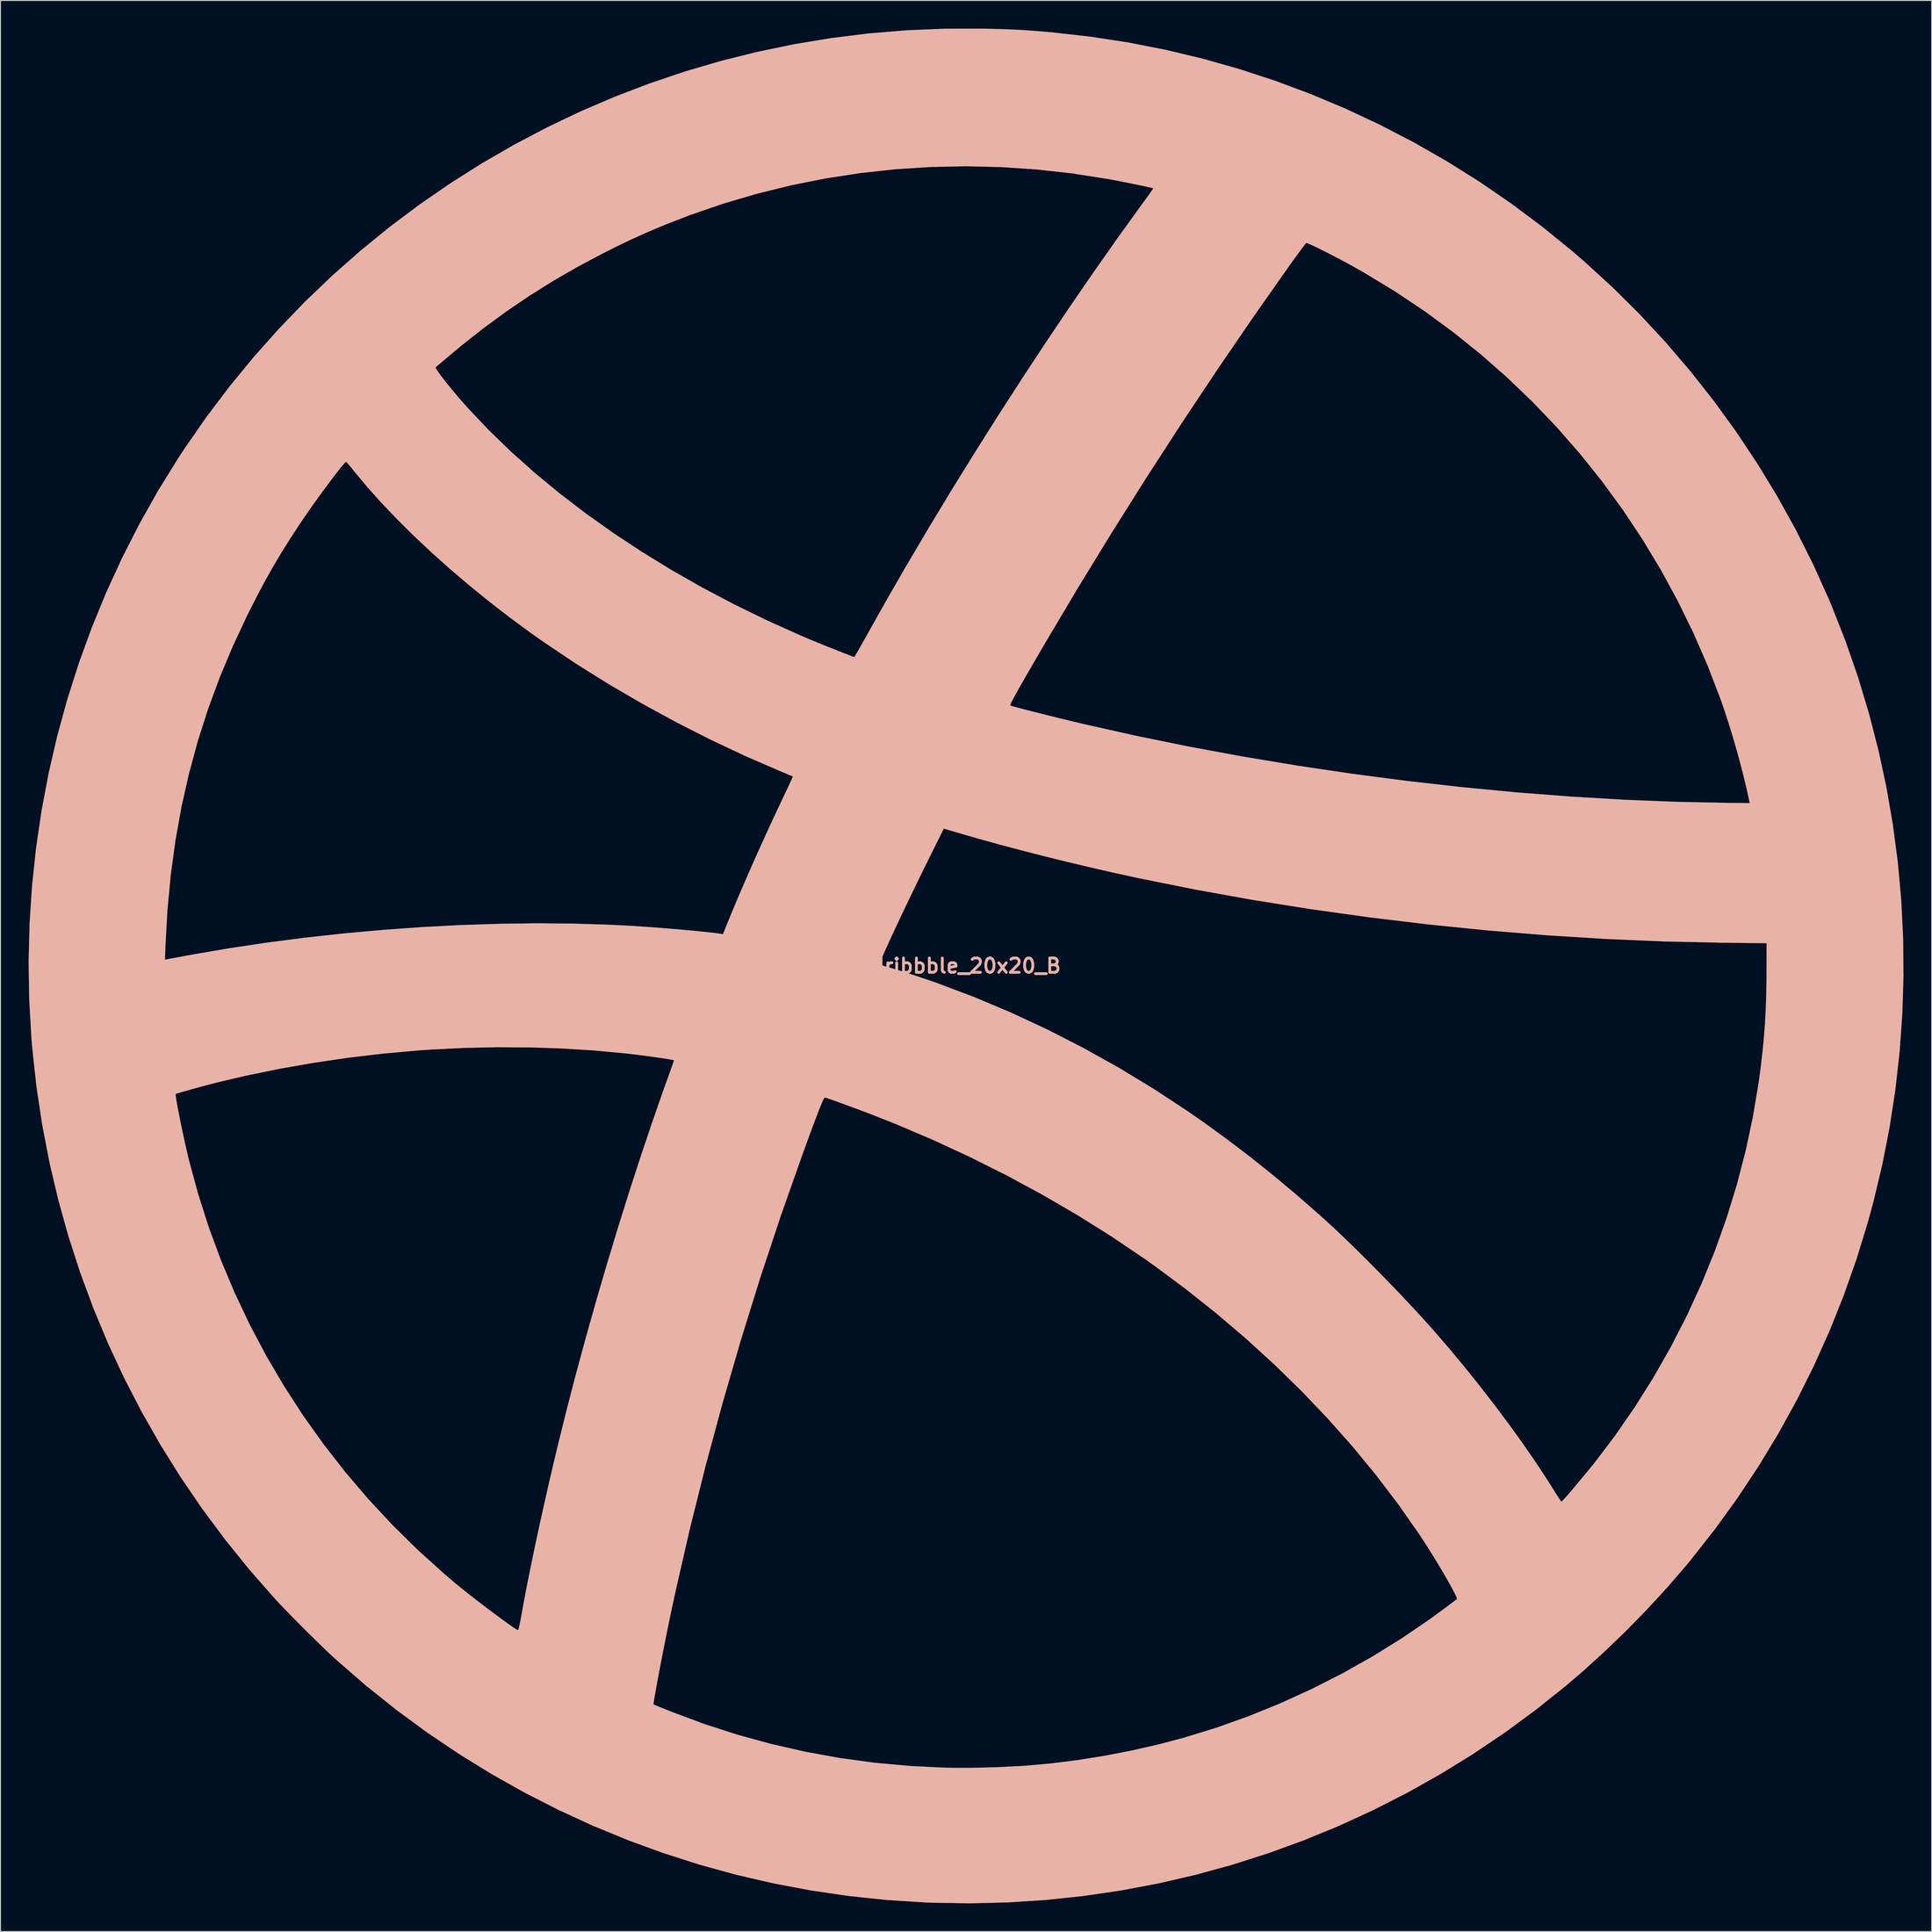
<source format=kicad_pcb>
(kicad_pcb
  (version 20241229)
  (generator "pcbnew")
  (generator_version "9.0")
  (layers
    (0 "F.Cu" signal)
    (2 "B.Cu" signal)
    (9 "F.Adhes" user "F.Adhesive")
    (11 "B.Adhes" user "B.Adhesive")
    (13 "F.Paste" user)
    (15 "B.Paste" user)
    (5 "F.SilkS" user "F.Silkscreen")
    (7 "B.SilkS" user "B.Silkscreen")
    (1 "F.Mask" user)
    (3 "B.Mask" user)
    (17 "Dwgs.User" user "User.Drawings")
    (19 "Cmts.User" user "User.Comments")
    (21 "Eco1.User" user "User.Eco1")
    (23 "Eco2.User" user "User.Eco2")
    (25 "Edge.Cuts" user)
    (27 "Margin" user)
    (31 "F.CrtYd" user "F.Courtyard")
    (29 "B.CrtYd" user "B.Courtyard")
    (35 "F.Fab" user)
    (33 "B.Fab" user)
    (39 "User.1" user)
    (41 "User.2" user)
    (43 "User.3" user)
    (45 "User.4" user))
  (footprint "dribbble_20x20_B"
    (layer "F.Cu")
    (at 99.995 99.968)
    (property "Reference" "dribbble_20x20_B" (at 0 0 0) (layer "B.SilkS") (effects (font (size 1.524 1.524) (thickness 0.3))))
    (attr through_hole)
    (fp_poly (pts (xy 2.68 -99.941) (xy 3.707 -99.914) (xy 4.645 -99.88) (xy 5.535 -99.838) (xy 6.417 -99.785) (xy 7.332 -99.719) (xy 8.319 -99.638) (xy 9.186 -99.561) (xy 13.247 -99.107) (xy 17.274 -98.488) (xy 21.264 -97.707) (xy 25.21 -96.764) (xy 29.11 -95.662) (xy 32.959 -94.402) (xy 36.752 -92.987) (xy 40.486 -91.419) (xy 44.155 -89.698) (xy 47.755 -87.828) (xy 51.283 -85.81) (xy 54.733 -83.646) (xy 58.101 -81.337) (xy 61.383 -78.887) (xy 64.575 -76.295) (xy 65.913 -75.144) (xy 68.922 -72.395) (xy 71.816 -69.524) (xy 74.59 -66.536) (xy 77.242 -63.437) (xy 79.767 -60.233) (xy 82.16 -56.929) (xy 84.419 -53.531) (xy 86.538 -50.044) (xy 88.514 -46.475) (xy 90.342 -42.828) (xy 92.019 -39.109) (xy 92.302 -38.439) (xy 93.796 -34.644) (xy 95.13 -30.799) (xy 96.302 -26.91) (xy 97.314 -22.982) (xy 98.164 -19.022) (xy 98.852 -15.033) (xy 99.379 -11.022) (xy 99.743 -6.994) (xy 99.944 -2.955) (xy 99.982 1.091) (xy 99.857 5.137) (xy 99.568 9.178) (xy 99.115 13.208) (xy 98.498 17.224) (xy 97.716 21.217) (xy 96.769 25.185) (xy 96.19 27.313) (xy 94.985 31.241) (xy 93.624 35.105) (xy 92.108 38.902) (xy 90.439 42.629) (xy 88.618 46.284) (xy 86.646 49.864) (xy 84.525 53.366) (xy 82.256 56.789) (xy 79.84 60.128) (xy 77.279 63.382) (xy 76.762 64.008) (xy 74.775 66.311) (xy 72.656 68.614) (xy 70.441 70.882) (xy 68.163 73.081) (xy 65.858 75.176) (xy 64.008 76.762) (xy 60.786 79.338) (xy 57.478 81.77) (xy 54.088 84.056) (xy 50.619 86.196) (xy 47.077 88.188) (xy 43.465 90.03) (xy 39.789 91.72) (xy 36.051 93.259) (xy 32.257 94.642) (xy 28.41 95.871) (xy 24.516 96.942) (xy 20.578 97.855) (xy 16.6 98.608) (xy 12.587 99.2) (xy 8.544 99.629) (xy 4.474 99.894) (xy 0.381 99.993) (xy -3.729 99.924) (xy -4.403 99.897) (xy -8.492 99.635) (xy -12.552 99.206) (xy -16.579 98.614) (xy -20.568 97.86) (xy -24.516 96.945) (xy -28.418 95.871) (xy -32.27 94.64) (xy -36.067 93.254) (xy -39.806 91.715) (xy -43.482 90.024) (xy -47.091 88.183) (xy -50.629 86.194) (xy -54.091 84.058) (xy -57.474 81.778) (xy -60.772 79.355) (xy -61.538 78.743) (xy -33.345 78.743) (xy -33.343 78.782) (xy -33.26 78.819) (xy -33.042 78.909) (xy -32.71 79.045) (xy -32.286 79.216) (xy -31.792 79.415) (xy -31.411 79.567) (xy -27.923 80.869) (xy -24.372 82.015) (xy -20.769 83.003) (xy -17.121 83.832) (xy -13.438 84.5) (xy -9.728 85.005) (xy -5.999 85.345) (xy -2.709 85.507) (xy -2.067 85.525) (xy -1.493 85.538) (xy -0.96 85.546) (xy -0.44 85.549) (xy 0.095 85.547) (xy 0.673 85.54) (xy 1.322 85.527) (xy 2.07 85.509) (xy 2.944 85.484) (xy 3.471 85.468) (xy 6.198 85.33) (xy 9.014 85.079) (xy 11.891 84.719) (xy 14.797 84.254) (xy 17.702 83.691) (xy 20.575 83.034) (xy 23.209 82.338) (xy 26.664 81.276) (xy 30.098 80.052) (xy 33.497 78.673) (xy 36.846 77.145) (xy 40.132 75.475) (xy 43.341 73.67) (xy 46.46 71.737) (xy 49.475 69.682) (xy 50.968 68.589) (xy 51.379 68.281) (xy 51.745 68.007) (xy 52.044 67.784) (xy 52.254 67.627) (xy 52.352 67.555) (xy 52.354 67.553) (xy 52.349 67.456) (xy 52.262 67.231) (xy 52.1 66.893) (xy 51.872 66.457) (xy 51.587 65.938) (xy 51.254 65.35) (xy 50.882 64.709) (xy 50.478 64.028) (xy 50.051 63.324) (xy 49.61 62.61) (xy 49.164 61.901) (xy 48.721 61.213) (xy 48.303 60.58) (xy 46.106 57.439) (xy 43.751 54.341) (xy 41.245 51.294) (xy 38.593 48.304) (xy 35.803 45.377) (xy 32.881 42.521) (xy 29.835 39.742) (xy 26.671 37.048) (xy 23.396 34.444) (xy 20.017 31.938) (xy 18.994 31.213) (xy 15.513 28.864) (xy 11.898 26.598) (xy 8.165 24.424) (xy 4.331 22.351) (xy 0.415 20.388) (xy -3.567 18.546) (xy -7.597 16.832) (xy -10.075 15.853) (xy -10.655 15.632) (xy -11.276 15.398) (xy -11.917 15.159) (xy -12.554 14.924) (xy -13.166 14.7) (xy -13.73 14.496) (xy -14.224 14.319) (xy -14.626 14.179) (xy -14.912 14.082) (xy -15.058 14.039) (xy -15.105 14.069) (xy -15.178 14.182) (xy -15.28 14.386) (xy -15.414 14.688) (xy -15.582 15.097) (xy -15.787 15.619) (xy -16.034 16.263) (xy -16.325 17.037) (xy -16.662 17.948) (xy -17.05 19.004) (xy -17.437 20.066) (xy -19.756 26.637) (xy -21.958 33.274) (xy -24.036 39.955) (xy -25.984 46.66) (xy -27.797 53.368) (xy -29.468 60.058) (xy -30.992 66.709) (xy -31.485 69.003) (xy -31.652 69.801) (xy -31.825 70.645) (xy -32.002 71.521) (xy -32.18 72.412) (xy -32.356 73.304) (xy -32.526 74.179) (xy -32.688 75.023) (xy -32.839 75.821) (xy -32.976 76.555) (xy -33.096 77.212) (xy -33.196 77.774) (xy -33.273 78.228) (xy -33.323 78.556) (xy -33.345 78.743) (xy -61.538 78.743) (xy -63.982 76.791) (xy -67.099 74.087) (xy -67.522 73.703) (xy -67.989 73.269) (xy -68.549 72.734) (xy -69.178 72.123) (xy -69.854 71.458) (xy -70.554 70.763) (xy -71.253 70.062) (xy -71.929 69.376) (xy -72.559 68.73) (xy -73.119 68.147) (xy -73.586 67.65) (xy -73.703 67.522) (xy -76.437 64.406) (xy -79.029 61.198) (xy -81.479 57.903) (xy -83.784 54.524) (xy -85.943 51.065) (xy -87.955 47.53) (xy -89.818 43.922) (xy -91.529 40.245) (xy -93.089 36.503) (xy -94.494 32.699) (xy -95.744 28.838) (xy -96.836 24.923) (xy -97.769 20.957) (xy -98.542 16.944) (xy -99.02 13.772) (xy -84.315 13.772) (xy -84.285 14.019) (xy -84.226 14.393) (xy -84.141 14.875) (xy -84.034 15.445) (xy -83.909 16.084) (xy -83.77 16.773) (xy -83.62 17.493) (xy -83.464 18.225) (xy -83.305 18.95) (xy -83.148 19.647) (xy -82.996 20.299) (xy -82.888 20.743) (xy -81.904 24.369) (xy -80.761 27.939) (xy -79.463 31.449) (xy -78.011 34.895) (xy -76.41 38.271) (xy -74.661 41.575) (xy -72.767 44.8) (xy -70.732 47.943) (xy -68.557 50.999) (xy -66.247 53.963) (xy -63.803 56.833) (xy -61.229 59.602) (xy -58.527 62.266) (xy -55.7 64.821) (xy -54.441 65.89) (xy -53.96 66.284) (xy -53.419 66.719) (xy -52.834 67.181) (xy -52.218 67.66) (xy -51.589 68.144) (xy -50.96 68.622) (xy -50.347 69.082) (xy -49.765 69.514) (xy -49.23 69.905) (xy -48.757 70.245) (xy -48.36 70.522) (xy -48.056 70.724) (xy -47.859 70.84) (xy -47.794 70.864) (xy -47.752 70.786) (xy -47.69 70.568) (xy -47.614 70.238) (xy -47.53 69.823) (xy -47.47 69.49) (xy -47.22 68.1) (xy -46.929 66.568) (xy -46.601 64.913) (xy -46.242 63.157) (xy -45.855 61.319) (xy -45.444 59.42) (xy -45.015 57.481) (xy -44.572 55.522) (xy -44.118 53.564) (xy -43.659 51.626) (xy -43.551 51.181) (xy -42.624 47.437) (xy -41.629 43.605) (xy -40.573 39.71) (xy -39.466 35.78) (xy -38.315 31.844) (xy -37.129 27.927) (xy -35.915 24.057) (xy -34.683 20.263) (xy -33.44 16.57) (xy -32.194 13.007) (xy -31.63 11.441) (xy -31.471 11.001) (xy -31.335 10.616) (xy -31.232 10.316) (xy -31.17 10.128) (xy -31.157 10.078) (xy -31.238 10.048) (xy -31.466 10.001) (xy -31.821 9.94) (xy -32.281 9.868) (xy -32.827 9.787) (xy -33.436 9.701) (xy -34.09 9.613) (xy -34.766 9.525) (xy -35.444 9.441) (xy -36.104 9.364) (xy -36.534 9.316) (xy -39.786 9.017) (xy -43.148 8.811) (xy -46.586 8.698) (xy -50.067 8.679) (xy -53.56 8.755) (xy -57.031 8.925) (xy -58.462 9.024) (xy -62.166 9.357) (xy -65.889 9.798) (xy -69.597 10.342) (xy -73.255 10.984) (xy -76.828 11.717) (xy -79.587 12.363) (xy -80.082 12.488) (xy -80.634 12.631) (xy -81.219 12.786) (xy -81.814 12.946) (xy -82.395 13.105) (xy -82.94 13.257) (xy -83.424 13.394) (xy -83.825 13.511) (xy -84.12 13.601) (xy -84.285 13.657) (xy -84.311 13.671) (xy -84.315 13.772) (xy -99.02 13.772) (xy -99.153 12.889) (xy -99.6 8.795) (xy -99.691 7.705) (xy -99.924 3.628) (xy -99.986 -0.213) (xy -9.229 -0.213) (xy -9.154 -0.13) (xy -8.965 -0.044) (xy -8.848 -0.009) (xy -8.459 0.097) (xy -7.938 0.25) (xy -7.313 0.441) (xy -6.613 0.661) (xy -5.865 0.902) (xy -5.097 1.155) (xy -4.337 1.409) (xy -3.613 1.657) (xy -3.09 1.84) (xy 0.861 3.331) (xy 4.785 4.985) (xy 8.672 6.796) (xy 12.512 8.76) (xy 16.294 10.871) (xy 20.008 13.123) (xy 23.644 15.512) (xy 25.358 16.705) (xy 27.866 18.526) (xy 30.316 20.392) (xy 32.74 22.329) (xy 35.169 24.361) (xy 37.634 26.514) (xy 38.227 27.045) (xy 39.121 27.864) (xy 40.105 28.793) (xy 41.159 29.81) (xy 42.264 30.897) (xy 43.398 32.033) (xy 44.544 33.197) (xy 45.681 34.371) (xy 46.789 35.534) (xy 47.849 36.665) (xy 48.84 37.745) (xy 49.745 38.753) (xy 49.915 38.947) (xy 51.539 40.832) (xy 53.154 42.776) (xy 54.746 44.758) (xy 56.297 46.758) (xy 57.793 48.754) (xy 59.217 50.725) (xy 60.554 52.65) (xy 61.789 54.51) (xy 62.777 56.073) (xy 63.013 56.449) (xy 63.22 56.769) (xy 63.381 57.005) (xy 63.48 57.134) (xy 63.5 57.15) (xy 63.573 57.089) (xy 63.736 56.921) (xy 63.971 56.665) (xy 64.259 56.343) (xy 64.515 56.05) (xy 66.924 53.149) (xy 69.198 50.151) (xy 71.334 47.061) (xy 73.33 43.885) (xy 75.183 40.629) (xy 76.89 37.299) (xy 78.449 33.9) (xy 79.857 30.439) (xy 81.112 26.921) (xy 82.211 23.352) (xy 83.152 19.737) (xy 83.931 16.083) (xy 84.546 12.396) (xy 84.745 10.922) (xy 84.938 9.275) (xy 85.092 7.708) (xy 85.21 6.175) (xy 85.294 4.629) (xy 85.348 3.024) (xy 85.374 1.313) (xy 85.377 0.72) (xy 85.386 -2.413) (xy 80.645 -2.467) (xy 74.495 -2.601) (xy 68.267 -2.866) (xy 61.986 -3.258) (xy 55.674 -3.774) (xy 49.354 -4.412) (xy 43.049 -5.17) (xy 36.782 -6.045) (xy 30.575 -7.035) (xy 24.453 -8.136) (xy 18.437 -9.347) (xy 17.949 -9.451) (xy 15.567 -9.973) (xy 13.13 -10.532) (xy 10.669 -11.119) (xy 8.22 -11.725) (xy 5.814 -12.343) (xy 3.485 -12.963) (xy 1.266 -13.578) (xy -0.296 -14.028) (xy -0.807 -14.177) (xy -1.276 -14.315) (xy -1.673 -14.431) (xy -1.969 -14.518) (xy -2.135 -14.566) (xy -2.142 -14.568) (xy -2.379 -14.638) (xy -4.008 -11.362) (xy -4.451 -10.466) (xy -4.907 -9.537) (xy -5.368 -8.588) (xy -5.83 -7.631) (xy -6.287 -6.679) (xy -6.732 -5.745) (xy -7.159 -4.841) (xy -7.562 -3.982) (xy -7.936 -3.178) (xy -8.274 -2.444) (xy -8.57 -1.791) (xy -8.819 -1.234) (xy -9.014 -0.783) (xy -9.15 -0.454) (xy -9.22 -0.257) (xy -9.229 -0.213) (xy -99.986 -0.213) (xy -99.99 -0.445) (xy -99.985 -0.651) (xy -85.453 -0.651) (xy -85.166 -0.71) (xy -85.008 -0.741) (xy -84.708 -0.798) (xy -84.292 -0.875) (xy -83.784 -0.969) (xy -83.209 -1.075) (xy -82.593 -1.188) (xy -82.592 -1.188) (xy -78.642 -1.865) (xy -74.609 -2.47) (xy -70.516 -3) (xy -66.383 -3.454) (xy -62.232 -3.83) (xy -58.085 -4.128) (xy -53.962 -4.346) (xy -49.885 -4.482) (xy -45.876 -4.535) (xy -41.955 -4.504) (xy -38.145 -4.387) (xy -35.899 -4.274) (xy -35.026 -4.22) (xy -34.088 -4.155) (xy -33.109 -4.083) (xy -32.11 -4.005) (xy -31.113 -3.923) (xy -30.142 -3.838) (xy -29.217 -3.754) (xy -28.361 -3.671) (xy -27.597 -3.592) (xy -26.947 -3.518) (xy -26.432 -3.452) (xy -26.237 -3.424) (xy -25.93 -3.376) (xy -25.631 -4.122) (xy -25.034 -5.587) (xy -24.369 -7.173) (xy -23.65 -8.851) (xy -22.887 -10.594) (xy -22.094 -12.373) (xy -21.284 -14.16) (xy -20.468 -15.927) (xy -19.659 -17.645) (xy -19.438 -18.109) (xy -19.179 -18.653) (xy -18.947 -19.146) (xy -18.752 -19.566) (xy -18.602 -19.894) (xy -18.507 -20.11) (xy -18.475 -20.194) (xy -18.476 -20.194) (xy -18.558 -20.232) (xy -18.77 -20.324) (xy -19.084 -20.456) (xy -19.473 -20.619) (xy -19.727 -20.725) (xy -23.477 -22.35) (xy -27.219 -24.111) (xy -30.93 -25.995) (xy -34.208 -27.782) (xy 4.706 -27.782) (xy 4.711 -27.772) (xy 4.811 -27.734) (xy 5.059 -27.661) (xy 5.439 -27.556) (xy 5.932 -27.425) (xy 6.523 -27.271) (xy 7.194 -27.099) (xy 7.929 -26.913) (xy 8.711 -26.717) (xy 9.523 -26.516) (xy 10.348 -26.314) (xy 11.169 -26.115) (xy 11.97 -25.923) (xy 12.531 -25.791) (xy 18.083 -24.545) (xy 23.738 -23.39) (xy 29.473 -22.329) (xy 35.269 -21.363) (xy 41.105 -20.495) (xy 46.963 -19.728) (xy 52.82 -19.064) (xy 58.658 -18.505) (xy 64.455 -18.055) (xy 70.192 -17.715) (xy 75.849 -17.488) (xy 81.405 -17.376) (xy 81.562 -17.375) (xy 83.579 -17.357) (xy 83.524 -17.632) (xy 83.265 -18.839) (xy 82.949 -20.164) (xy 82.586 -21.571) (xy 82.188 -23.022) (xy 81.764 -24.481) (xy 81.325 -25.91) (xy 80.881 -27.272) (xy 80.458 -28.49) (xy 79.083 -32.061) (xy 77.56 -35.552) (xy 75.893 -38.958) (xy 74.084 -42.277) (xy 72.138 -45.504) (xy 70.056 -48.636) (xy 67.842 -51.67) (xy 65.499 -54.601) (xy 63.03 -57.426) (xy 60.439 -60.141) (xy 57.728 -62.742) (xy 54.902 -65.226) (xy 51.961 -67.59) (xy 48.911 -69.828) (xy 45.754 -71.939) (xy 42.494 -73.917) (xy 41.182 -74.66) (xy 40.561 -74.999) (xy 39.921 -75.342) (xy 39.28 -75.679) (xy 38.655 -76.001) (xy 38.066 -76.299) (xy 37.531 -76.563) (xy 37.068 -76.784) (xy 36.694 -76.954) (xy 36.43 -77.063) (xy 36.292 -77.103) (xy 36.281 -77.101) (xy 36.208 -77.025) (xy 36.05 -76.827) (xy 35.819 -76.523) (xy 35.526 -76.129) (xy 35.185 -75.663) (xy 34.808 -75.141) (xy 34.525 -74.747) (xy 30.649 -69.232) (xy 26.79 -63.588) (xy 22.972 -57.849) (xy 19.216 -52.048) (xy 15.543 -46.219) (xy 11.975 -40.395) (xy 8.535 -34.611) (xy 8.174 -33.994) (xy 7.501 -32.839) (xy 6.911 -31.823) (xy 6.4 -30.939) (xy 5.965 -30.179) (xy 5.601 -29.538) (xy 5.305 -29.007) (xy 5.073 -28.581) (xy 4.9 -28.252) (xy 4.785 -28.014) (xy 4.721 -27.86) (xy 4.706 -27.782) (xy -34.208 -27.782) (xy -34.585 -27.988) (xy -38.162 -30.076) (xy -41.635 -32.248) (xy -44.981 -34.49) (xy -46.482 -35.548) (xy -48.685 -37.169) (xy -50.853 -38.846) (xy -52.97 -40.565) (xy -55.025 -42.315) (xy -57.003 -44.082) (xy -58.891 -45.855) (xy -60.674 -47.621) (xy -62.34 -49.367) (xy -63.875 -51.081) (xy -65.266 -52.75) (xy -65.347 -52.853) (xy -65.615 -53.184) (xy -65.847 -53.462) (xy -66.023 -53.661) (xy -66.121 -53.758) (xy -66.133 -53.763) (xy -66.223 -53.696) (xy -66.4 -53.505) (xy -66.653 -53.204) (xy -66.969 -52.808) (xy -67.339 -52.331) (xy -67.752 -51.787) (xy -68.196 -51.192) (xy -68.662 -50.561) (xy -69.138 -49.906) (xy -69.613 -49.244) (xy -70.076 -48.588) (xy -70.517 -47.953) (xy -70.925 -47.354) (xy -71.027 -47.202) (xy -72.036 -45.661) (xy -72.965 -44.182) (xy -73.836 -42.723) (xy -74.675 -41.24) (xy -75.506 -39.692) (xy -76.353 -38.037) (xy -76.617 -37.507) (xy -78.186 -34.168) (xy -79.597 -30.804) (xy -80.851 -27.409) (xy -81.95 -23.974) (xy -82.896 -20.492) (xy -83.691 -16.956) (xy -84.337 -13.357) (xy -84.836 -9.687) (xy -85.189 -5.94) (xy -85.396 -2.209) (xy -85.453 -0.651) (xy -99.985 -0.651) (xy -99.889 -4.509) (xy -99.623 -8.557) (xy -99.194 -12.586) (xy -98.603 -16.589) (xy -97.851 -20.562) (xy -96.94 -24.5) (xy -95.871 -28.396) (xy -94.645 -32.246) (xy -93.263 -36.045) (xy -91.728 -39.787) (xy -90.04 -43.467) (xy -88.201 -47.08) (xy -86.212 -50.62) (xy -84.074 -54.084) (xy -83.368 -55.16) (xy -81.026 -58.534) (xy -78.562 -61.793) (xy -76.881 -63.84) (xy -56.582 -63.84) (xy -56.563 -63.748) (xy -56.444 -63.545) (xy -56.237 -63.245) (xy -55.955 -62.863) (xy -55.609 -62.415) (xy -55.211 -61.917) (xy -54.773 -61.382) (xy -54.308 -60.827) (xy -53.827 -60.267) (xy -53.342 -59.716) (xy -53.13 -59.48) (xy -50.91 -57.135) (xy -48.533 -54.832) (xy -46.006 -52.577) (xy -43.337 -50.375) (xy -40.533 -48.231) (xy -37.603 -46.151) (xy -34.554 -44.139) (xy -31.394 -42.201) (xy -28.129 -40.343) (xy -24.769 -38.569) (xy -21.321 -36.884) (xy -17.792 -35.294) (xy -16.722 -34.837) (xy -16.304 -34.663) (xy -15.815 -34.463) (xy -15.278 -34.245) (xy -14.714 -34.018) (xy -14.146 -33.791) (xy -13.598 -33.574) (xy -13.091 -33.374) (xy -12.648 -33.202) (xy -12.292 -33.066) (xy -12.045 -32.975) (xy -11.931 -32.938) (xy -11.927 -32.937) (xy -11.875 -33.008) (xy -11.751 -33.209) (xy -11.567 -33.523) (xy -11.333 -33.932) (xy -11.059 -34.417) (xy -10.755 -34.96) (xy -10.622 -35.2) (xy -8.513 -38.957) (xy -6.297 -42.8) (xy -3.986 -46.708) (xy -1.597 -50.658) (xy 0.857 -54.627) (xy 3.362 -58.594) (xy 5.904 -62.536) (xy 8.468 -66.431) (xy 11.039 -70.256) (xy 13.605 -73.989) (xy 16.149 -77.608) (xy 18.659 -81.09) (xy 18.944 -81.48) (xy 19.254 -81.906) (xy 19.526 -82.284) (xy 19.744 -82.593) (xy 19.894 -82.812) (xy 19.962 -82.923) (xy 19.965 -82.931) (xy 19.869 -82.962) (xy 19.631 -83.019) (xy 19.274 -83.099) (xy 18.822 -83.196) (xy 18.3 -83.306) (xy 17.73 -83.423) (xy 17.137 -83.542) (xy 16.544 -83.66) (xy 15.975 -83.77) (xy 15.455 -83.868) (xy 15.059 -83.94) (xy 11.285 -84.527) (xy 7.507 -84.946) (xy 3.729 -85.199) (xy -0.043 -85.287) (xy -3.805 -85.209) (xy -7.552 -84.967) (xy -11.278 -84.561) (xy -14.98 -83.991) (xy -18.651 -83.258) (xy -22.287 -82.362) (xy -25.884 -81.305) (xy -29.435 -80.085) (xy -32.089 -79.056) (xy -33.443 -78.492) (xy -34.732 -77.929) (xy -36.006 -77.342) (xy -37.318 -76.709) (xy -38.719 -76.005) (xy -38.735 -75.997) (xy -41.443 -74.558) (xy -44.046 -73.057) (xy -46.57 -71.477) (xy -49.038 -69.802) (xy -51.475 -68.015) (xy -53.905 -66.099) (xy -56.353 -64.039) (xy -56.582 -63.84) (xy -76.881 -63.84) (xy -75.982 -64.935) (xy -73.289 -67.957) (xy -70.488 -70.859) (xy -67.583 -73.637) (xy -64.577 -76.289) (xy -61.477 -78.813) (xy -58.284 -81.206) (xy -55.005 -83.468) (xy -51.643 -85.594) (xy -48.202 -87.583) (xy -44.687 -89.433) (xy -41.101 -91.142) (xy -37.45 -92.707) (xy -33.736 -94.126) (xy -29.966 -95.396) (xy -26.142 -96.517) (xy -22.269 -97.484) (xy -18.351 -98.297) (xy -14.393 -98.953) (xy -10.398 -99.449) (xy -6.371 -99.783) (xy -2.317 -99.954) (xy 1.524 -99.963) (xy 2.68 -99.941)) (stroke (width 0.01) (type solid)) (fill yes) (layer "B.SilkS")))
  (gr_rect
    (start -3 -3)
    (end 202.982 202.966)
    (stroke (width 0.1) (type default))
    (fill no)
    (layer "Edge.Cuts")))
</source>
